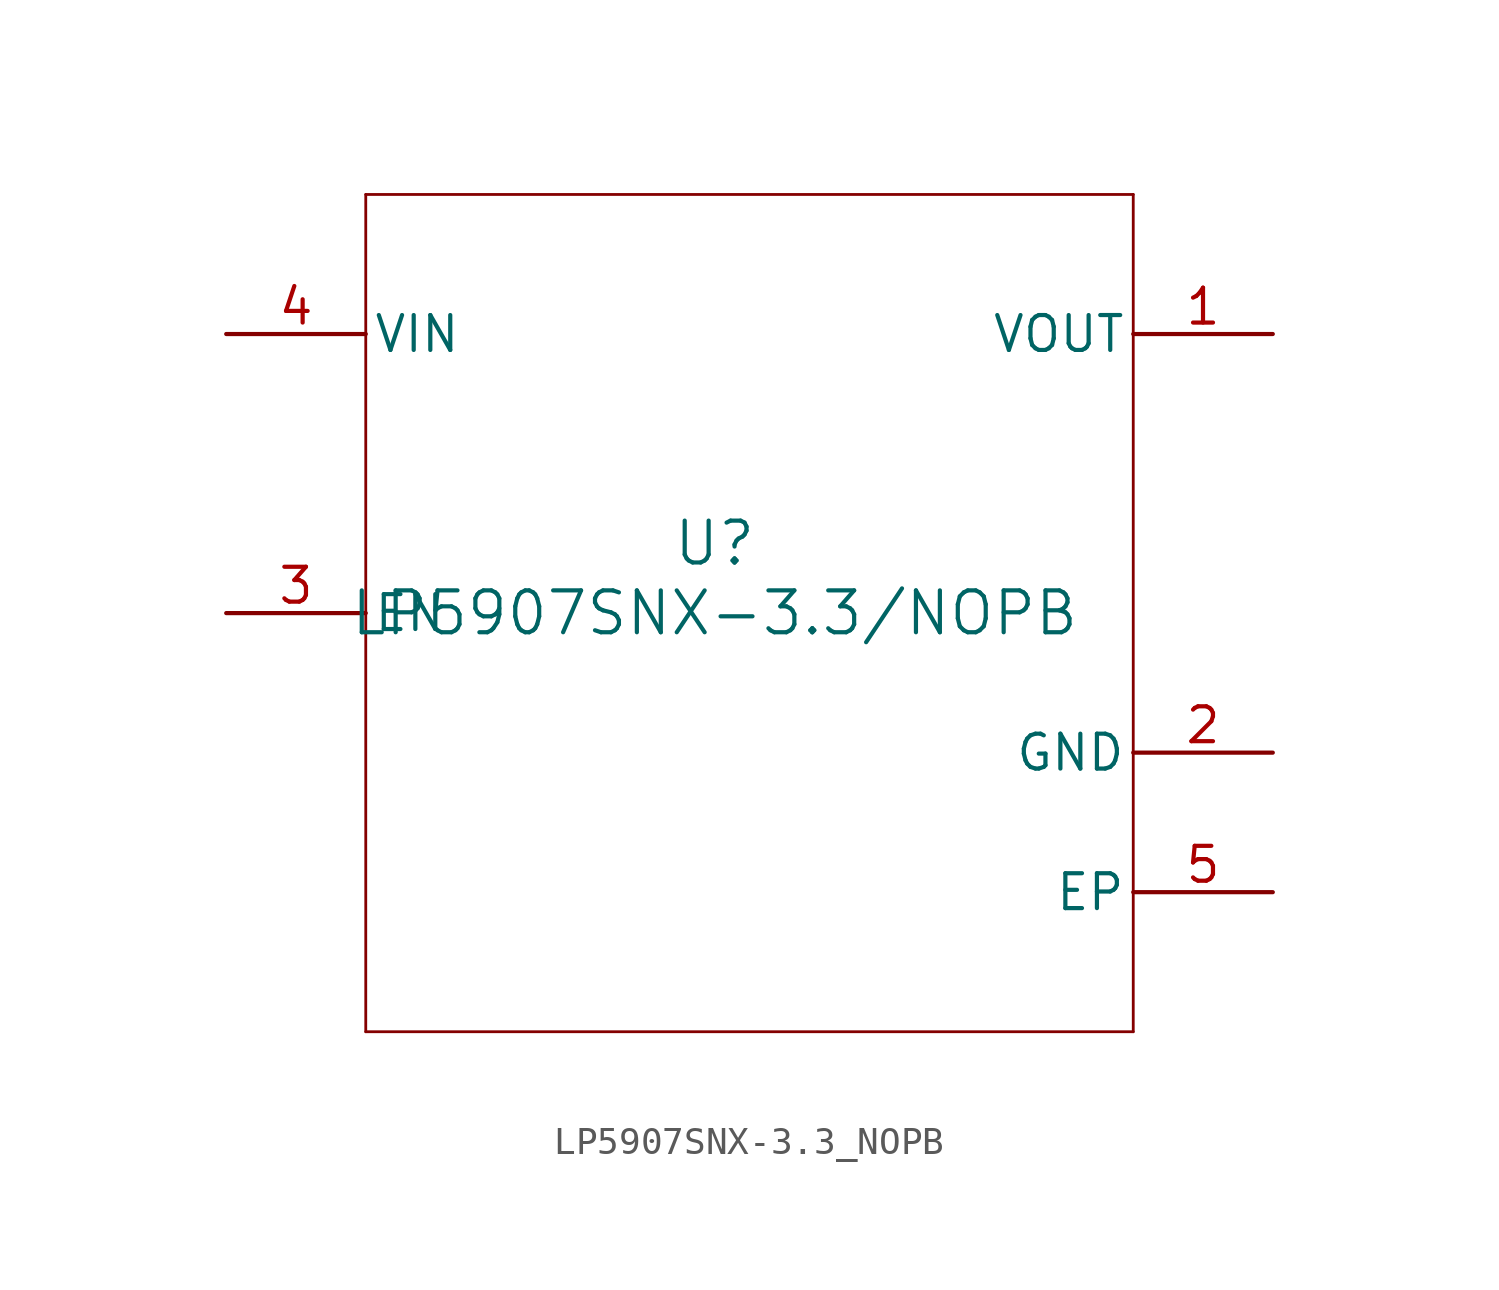
<source format=kicad_sym>
(kicad_symbol_lib
  (version 20241209)
  (generator "kicad_symbol_editor")
  (generator_version "9.0")
  (symbol "LP5907SNX-3.3_NOPB"
    (pin_names
      (offset 0.254))
    (property "Reference" "U"
      (at 0 2.54 0)
      (effects (font (size 1.524 1.524))))
    (property "Value" "LP5907SNX-3.3/NOPB"
      (at 0 0 0)
      (effects (font (size 1.524 1.524))))
    (symbol "LP5907SNX-3.3_NOPB_0_1"
      (polyline (pts (xy -12.7 15.24) (xy -12.7 -15.24)) (stroke (width 0.102) (type default)) (fill (type none)))
      (polyline (pts (xy -12.7 -15.24) (xy 15.24 -15.24)) (stroke (width 0.102) (type default)) (fill (type none)))
      (polyline (pts (xy 15.24 15.24) (xy -12.7 15.24)) (stroke (width 0.102) (type default)) (fill (type none)))
      (polyline (pts (xy 15.24 -15.24) (xy 15.24 15.24)) (stroke (width 0.102) (type default)) (fill (type none)))
      (pin power_in line (at -17.78 10.16 0) (length 5.08) (name "VIN" (effects (font (size 1.27 1.27)))) (number "4" (effects (font (size 1.27 1.27)))))
      (pin input line (at -17.78 0 0) (length 5.08) (name "EN" (effects (font (size 1.27 1.27)))) (number "3" (effects (font (size 1.27 1.27)))))
      (pin power_in line (at 20.32 -5.08 180) (length 5.08) (name "GND" (effects (font (size 1.27 1.27)))) (number "2" (effects (font (size 1.27 1.27)))))
      (pin power_in line (at 20.32 -10.16 180) (length 5.08) (name "EP" (effects (font (size 1.27 1.27)))) (number "5" (effects (font (size 1.27 1.27))))))
    (symbol "LP5907SNX-3.3_NOPB_1_1"
      (pin power_out line (at 20.32 10.16 180) (length 5.08) (name "VOUT" (effects (font (size 1.27 1.27)))) (number "1" (effects (font (size 1.27 1.27))))))))
</source>
